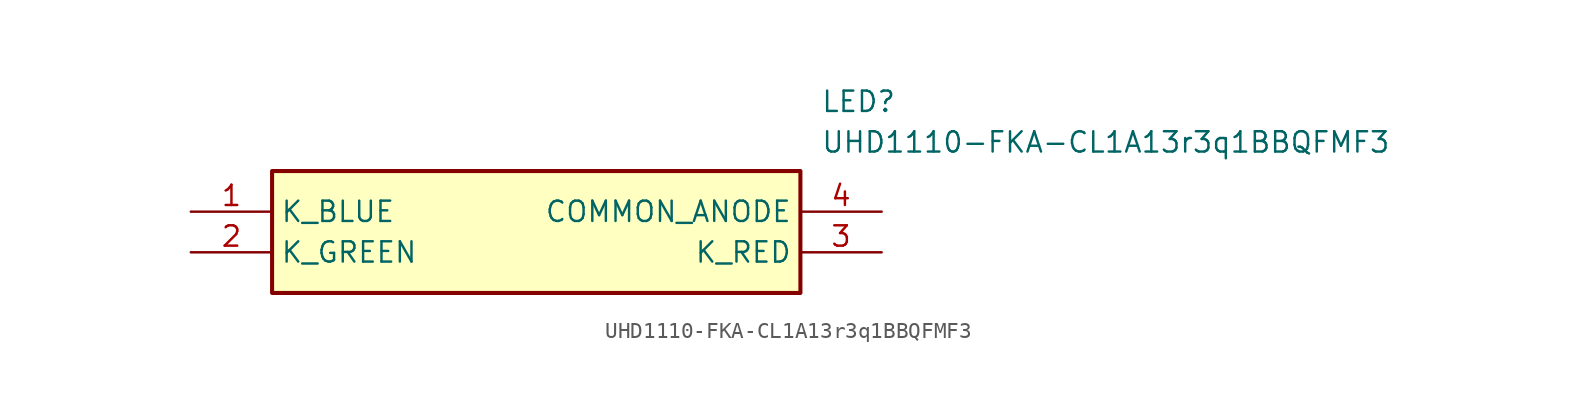
<source format=kicad_sym>
(kicad_symbol_lib
  (version 20211014)
  (generator SamacSys_ECAD_Model)
  (symbol "UHD1110-FKA-CL1A13r3q1BBQFMF3"
    (property "Reference" "LED"
      (at 39.37 7.62 0)
      (effects (font (size 1.27 1.27)) (justify left top)))
    (property "Value" "UHD1110-FKA-CL1A13r3q1BBQFMF3"
      (at 39.37 5.08 0)
      (effects (font (size 1.27 1.27)) (justify left top)))
    (rectangle
      (start 5.08 2.54)
      (end 38.1 -5.08)
      (stroke (width 0.254) (type default))
      (fill (type background)))
    (pin passive line
      (at 0 0 0)
      (length 5.08)
      (name "K_BLUE" (effects (font (size 1.27 1.27))))
      (number "1" (effects (font (size 1.27 1.27)))))
    (pin passive line
      (at 0 -2.54 0)
      (length 5.08)
      (name "K_GREEN" (effects (font (size 1.27 1.27))))
      (number "2" (effects (font (size 1.27 1.27)))))
    (pin passive line
      (at 43.18 -2.54 180)
      (length 5.08)
      (name "K_RED" (effects (font (size 1.27 1.27))))
      (number "3" (effects (font (size 1.27 1.27)))))
    (pin passive line
      (at 43.18 0 180)
      (length 5.08)
      (name "COMMON_ANODE" (effects (font (size 1.27 1.27))))
      (number "4" (effects (font (size 1.27 1.27)))))))
</source>
